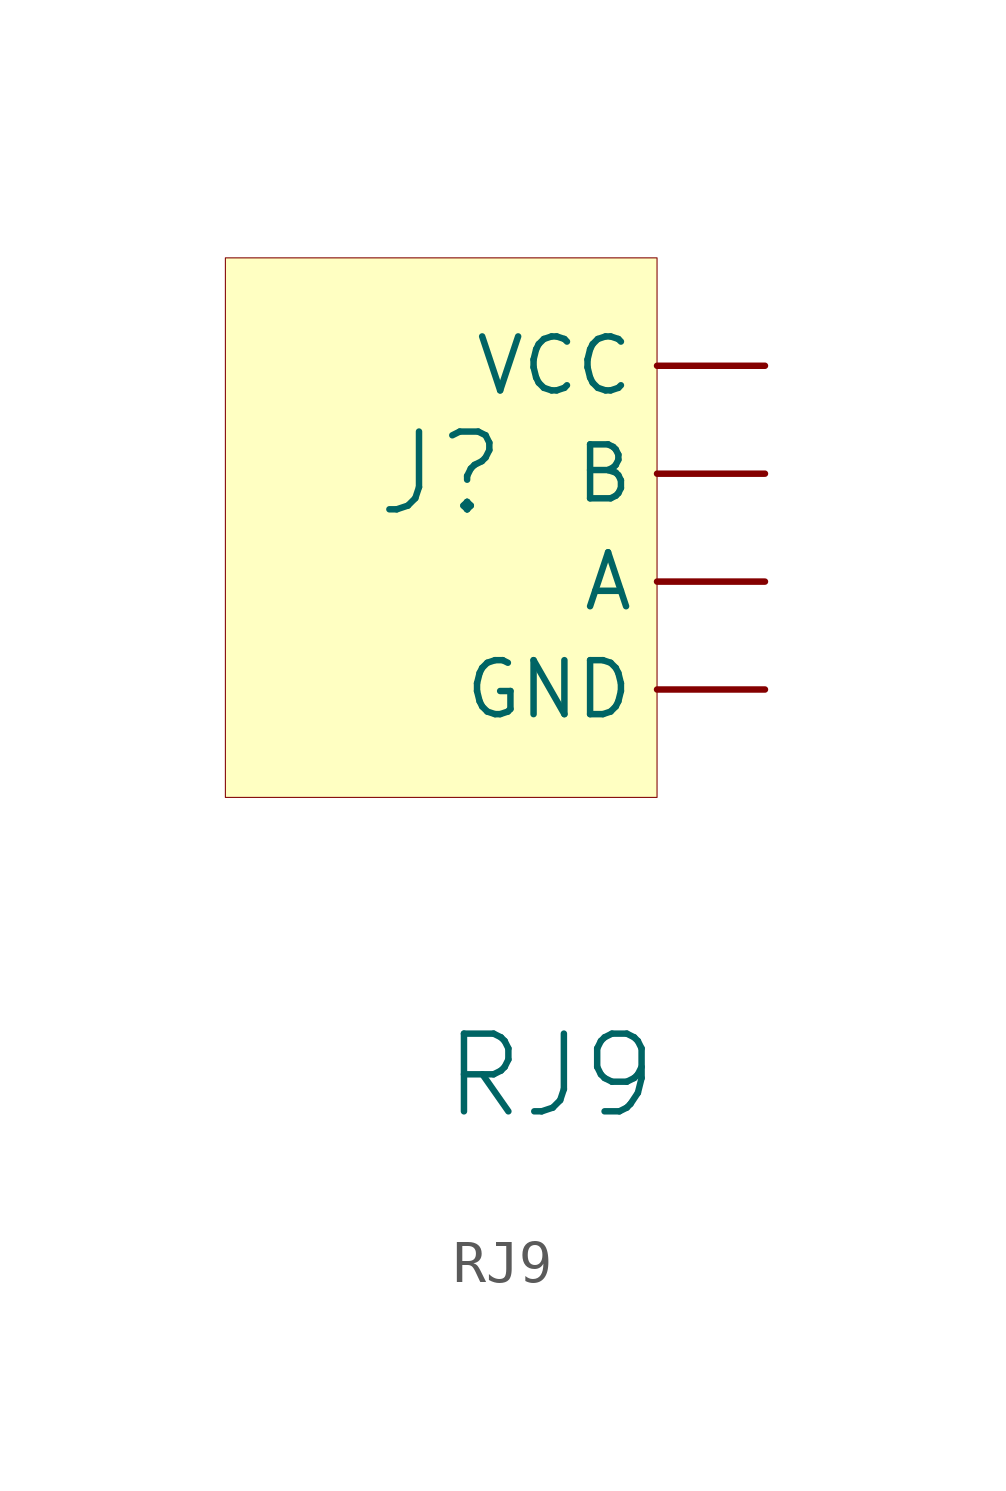
<source format=kicad_sym>
(kicad_symbol_lib
  (version 20241209)
  (generator "kicad_symbol_editor")
  (generator_version "9.0")
  (symbol "RJ9"
    (pin_numbers
      (hide yes))
    (property "Reference" "J"
      (at 0 0 0)
      (effects (font (size 1.829 1.829))))
    (property "Value" "RJ9"
      (at 0 -15.24 0)
      (effects (font (size 1.829 1.829)) (justify left bottom)))
    (symbol "RJ9_1_0"
      (rectangle (start 5.08 5.08) (end -5.08 -7.62) (stroke (width 0.025) (type solid) (color 128 0 0 1)) (fill (type background)))
      (pin passive line (at 7.62 2.54 180) (length 2.54) (name "VCC" (effects (font (size 1.27 1.27)))) (number "VCC" (effects (font (size 1.27 1.27)))))
      (pin passive line (at 7.62 0 180) (length 2.54) (name "B" (effects (font (size 1.27 1.27)))) (number "B" (effects (font (size 1.27 1.27)))))
      (pin passive line (at 7.62 -2.54 180) (length 2.54) (name "A" (effects (font (size 1.27 1.27)))) (number "A" (effects (font (size 1.27 1.27)))))
      (pin passive line (at 7.62 -5.08 180) (length 2.54) (name "GND" (effects (font (size 1.27 1.27)))) (number "GND" (effects (font (size 1.27 1.27))))))))
</source>
